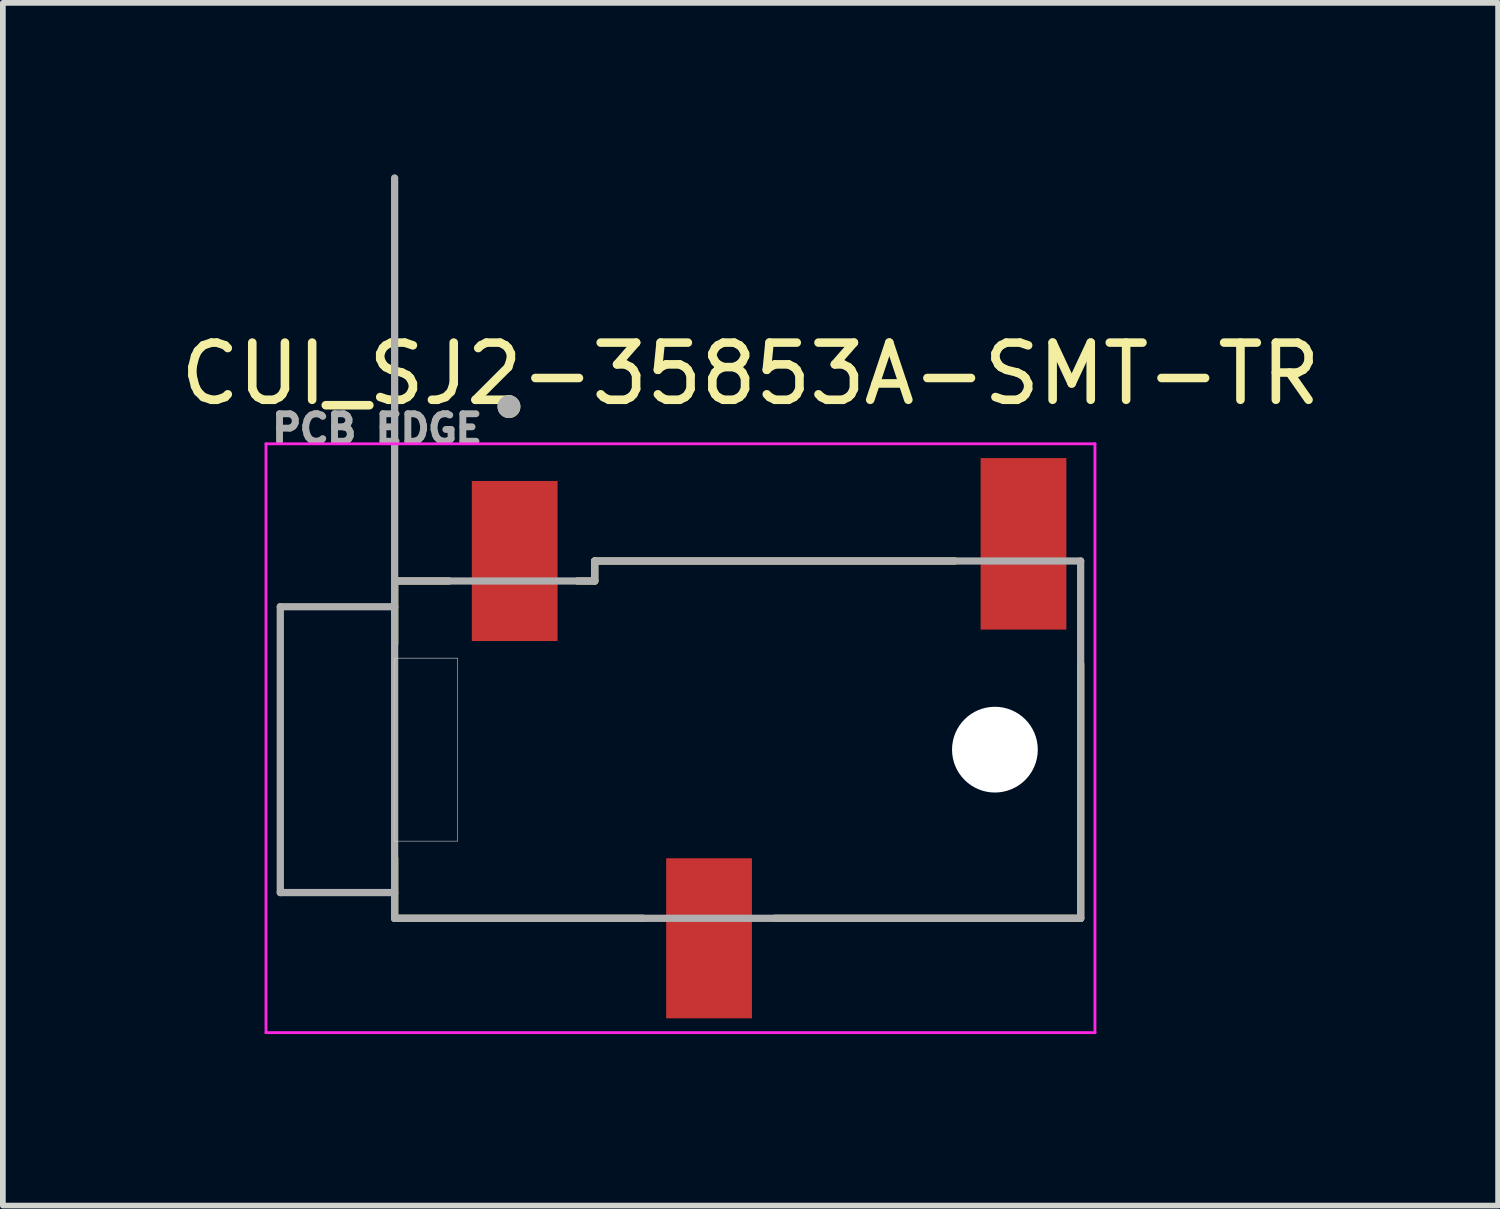
<source format=kicad_pcb>
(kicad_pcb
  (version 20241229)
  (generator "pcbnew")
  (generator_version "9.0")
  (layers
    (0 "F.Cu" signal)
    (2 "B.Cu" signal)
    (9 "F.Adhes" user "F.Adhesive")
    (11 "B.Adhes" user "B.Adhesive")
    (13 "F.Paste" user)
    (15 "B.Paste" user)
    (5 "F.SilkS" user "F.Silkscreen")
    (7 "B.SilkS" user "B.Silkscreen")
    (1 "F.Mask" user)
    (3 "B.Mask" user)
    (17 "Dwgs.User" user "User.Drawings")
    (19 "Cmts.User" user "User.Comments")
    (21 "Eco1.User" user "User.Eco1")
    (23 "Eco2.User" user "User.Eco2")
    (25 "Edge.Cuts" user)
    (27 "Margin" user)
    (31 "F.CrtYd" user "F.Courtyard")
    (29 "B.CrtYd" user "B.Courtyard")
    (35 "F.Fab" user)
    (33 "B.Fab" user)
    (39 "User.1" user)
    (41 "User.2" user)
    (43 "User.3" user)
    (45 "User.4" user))
  (footprint "CUI_SJ2-35853A-SMT-TR"
    (layer "F.Cu")
    (at 9.853 10.063)
    (property "Reference" "CUI_SJ2-35853A-SMT-TR" (at 0.224 -6.575 0) (layer "F.SilkS") (effects (font (size 1 1) (thickness 0.15))))
    (attr smd)
    (fp_line (start -6 -2.95) (end -5.05 -2.95) (stroke (width 0.127) (type solid)) (layer "F.SilkS"))
    (fp_line (start -6 -1.85) (end -6 -2.95) (stroke (width 0.127) (type solid)) (layer "F.SilkS"))
    (fp_line (start -6 2.95) (end -6 1.9) (stroke (width 0.127) (type solid)) (layer "F.SilkS"))
    (fp_line (start -6 2.95) (end -1.65 2.95) (stroke (width 0.127) (type solid)) (layer "F.SilkS"))
    (fp_line (start -2.8 -2.95) (end -2.5 -2.95) (stroke (width 0.127) (type solid)) (layer "F.SilkS"))
    (fp_line (start -2.5 -3.3) (end 3.8 -3.3) (stroke (width 0.127) (type solid)) (layer "F.SilkS"))
    (fp_line (start -2.5 -2.95) (end -2.5 -3.3) (stroke (width 0.127) (type solid)) (layer "F.SilkS"))
    (fp_line (start 0.65 2.95) (end 6 2.95) (stroke (width 0.127) (type solid)) (layer "F.SilkS"))
    (fp_line (start 6 2.95) (end 6 -1.5) (stroke (width 0.127) (type solid)) (layer "F.SilkS"))
    (fp_circle (center -4 -6) (end -3.9 -6) (stroke (width 0.2) (type solid)) (fill no) (layer "F.SilkS"))
    (fp_line (start -6 -1.6) (end -6 1.6) (stroke (width 0.01) (type solid)) (layer "Edge.Cuts"))
    (fp_line (start -6 1.6) (end -4.9 1.6) (stroke (width 0.01) (type solid)) (layer "Edge.Cuts"))
    (fp_line (start -4.9 -1.6) (end -6 -1.6) (stroke (width 0.01) (type solid)) (layer "Edge.Cuts"))
    (fp_line (start -4.9 1.6) (end -4.9 -1.6) (stroke (width 0.01) (type solid)) (layer "Edge.Cuts"))
    (fp_line (start -8.25 -5.35) (end -8.25 4.95) (stroke (width 0.05) (type solid)) (layer "F.CrtYd"))
    (fp_line (start -8.25 4.95) (end 6.25 4.95) (stroke (width 0.05) (type solid)) (layer "F.CrtYd"))
    (fp_line (start 6.25 -5.35) (end -8.25 -5.35) (stroke (width 0.05) (type solid)) (layer "F.CrtYd"))
    (fp_line (start 6.25 4.95) (end 6.25 -5.35) (stroke (width 0.05) (type solid)) (layer "F.CrtYd"))
    (fp_line (start -8 -2.5) (end -8 2.5) (stroke (width 0.127) (type solid)) (layer "F.Fab"))
    (fp_line (start -8 2.5) (end -6 2.5) (stroke (width 0.127) (type solid)) (layer "F.Fab"))
    (fp_line (start -6 -2.95) (end -6 -10) (stroke (width 0.127) (type solid)) (layer "F.Fab"))
    (fp_line (start -6 -2.95) (end -2.5 -2.95) (stroke (width 0.127) (type solid)) (layer "F.Fab"))
    (fp_line (start -6 -2.5) (end -8 -2.5) (stroke (width 0.127) (type solid)) (layer "F.Fab"))
    (fp_line (start -6 -2.5) (end -6 -2.95) (stroke (width 0.127) (type solid)) (layer "F.Fab"))
    (fp_line (start -6 2.5) (end -6 -2.5) (stroke (width 0.127) (type solid)) (layer "F.Fab"))
    (fp_line (start -6 2.95) (end -6 2.5) (stroke (width 0.127) (type solid)) (layer "F.Fab"))
    (fp_line (start -2.5 -3.3) (end 6 -3.3) (stroke (width 0.127) (type solid)) (layer "F.Fab"))
    (fp_line (start -2.5 -2.95) (end -2.5 -3.3) (stroke (width 0.127) (type solid)) (layer "F.Fab"))
    (fp_line (start 6 -3.3) (end 6 2.95) (stroke (width 0.127) (type solid)) (layer "F.Fab"))
    (fp_line (start 6 2.95) (end -6 2.95) (stroke (width 0.127) (type solid)) (layer "F.Fab"))
    (fp_circle (center -4 -6) (end -3.9 -6) (stroke (width 0.2) (type solid)) (fill no) (layer "F.Fab"))
    (fp_text user "PCB EDGE" (at -6.307 -5.611 0) (layer "F.Fab") (effects (font (size 0.481 0.481) (thickness 0.15))))
    (pad "" np_thru_hole circle (at 4.5 0) (size 1.5 1.5) (drill 1.5) (layers "*.Cu" "*.Mask"))
    (pad "1" smd rect (at -3.9 -3.3) (size 1.5 2.8) (layers "F.Cu" "F.Mask" "F.Paste"))
    (pad "2" smd rect (at 5 -3.6) (size 1.5 3) (layers "F.Cu" "F.Mask" "F.Paste"))
    (pad "3" smd rect (at -0.5 3.3) (size 1.5 2.8) (layers "F.Cu" "F.Mask" "F.Paste")))
  (gr_rect
    (start -3 -3)
    (end 23.155 18.038)
    (stroke (width 0.1) (type default))
    (fill no)
    (layer "Edge.Cuts")))
</source>
